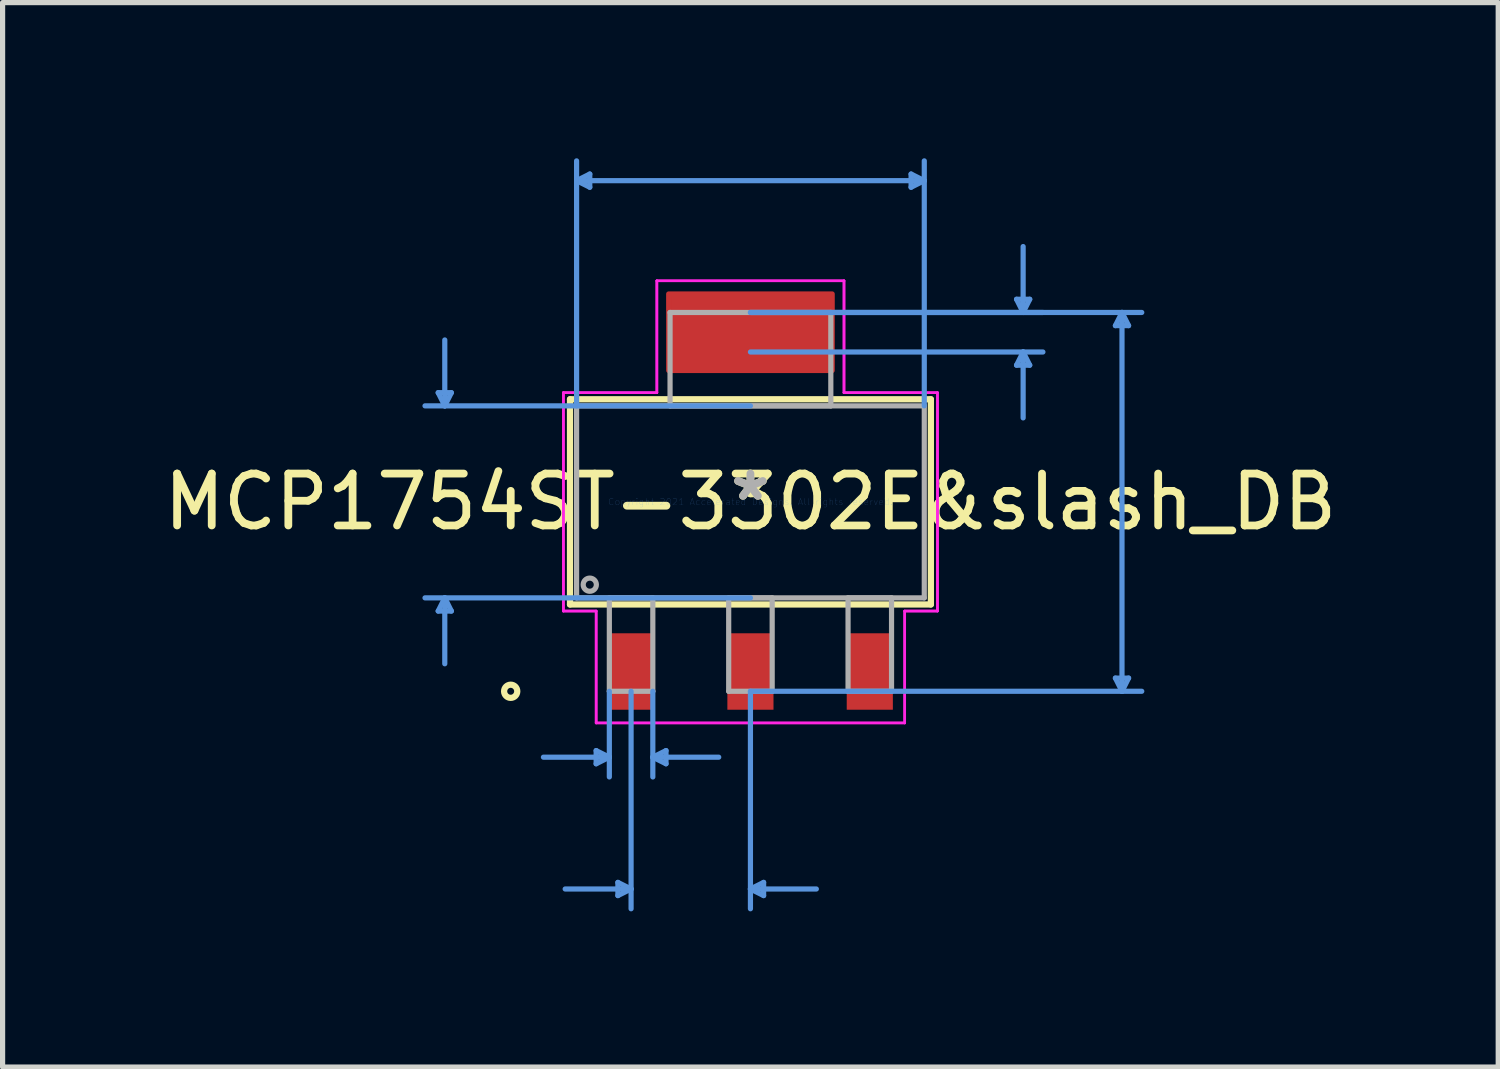
<source format=kicad_pcb>
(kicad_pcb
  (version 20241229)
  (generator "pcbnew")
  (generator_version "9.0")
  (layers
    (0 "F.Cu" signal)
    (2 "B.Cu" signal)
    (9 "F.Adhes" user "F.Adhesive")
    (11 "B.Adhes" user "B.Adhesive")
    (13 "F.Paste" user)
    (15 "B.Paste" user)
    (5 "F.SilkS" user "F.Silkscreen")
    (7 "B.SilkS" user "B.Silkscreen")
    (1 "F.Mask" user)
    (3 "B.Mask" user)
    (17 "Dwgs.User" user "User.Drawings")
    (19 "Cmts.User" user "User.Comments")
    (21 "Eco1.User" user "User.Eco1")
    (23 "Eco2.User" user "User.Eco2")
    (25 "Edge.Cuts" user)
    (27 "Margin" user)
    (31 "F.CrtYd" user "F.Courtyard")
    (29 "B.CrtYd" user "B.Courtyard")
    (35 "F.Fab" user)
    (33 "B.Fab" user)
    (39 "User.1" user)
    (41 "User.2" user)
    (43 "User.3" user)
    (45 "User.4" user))
  (footprint "MCP1754ST-3302E&slash_DB"
    (layer "F.Cu")
    (at 11.411 6.621)
    (property "Reference" "MCP1754ST-3302E&slash_DB" (at 0 0 0) (layer "F.SilkS") (effects (font (size 1 1) (thickness 0.15))))
    (attr through_hole)
    (fp_poly (pts (xy 1.575 -4.006) (xy -1.575 -4.006) (xy -1.575 -2.532) (xy 1.575 -2.532)) (stroke (width 0.1) (type solid)) (fill yes) (layer "F.Cu"))
    (fp_poly (pts (xy 1.6 -4.361) (xy -1.6 -4.361) (xy -1.6 -2.177) (xy 1.6 -2.177)) (stroke (width 0.1) (type solid)) (fill yes) (layer "F.Mask"))
    (fp_line (start -3.477 -1.977) (end -3.477 1.977) (stroke (width 0.12) (type solid)) (layer "F.SilkS"))
    (fp_line (start -3.477 1.977) (end 3.477 1.977) (stroke (width 0.12) (type solid)) (layer "F.SilkS"))
    (fp_line (start 3.477 -1.977) (end -3.477 -1.977) (stroke (width 0.12) (type solid)) (layer "F.SilkS"))
    (fp_line (start 3.477 1.977) (end 3.477 -1.977) (stroke (width 0.12) (type solid)) (layer "F.SilkS"))
    (fp_circle (center -4.62 3.65) (end -4.493 3.65) (stroke (width 0.12) (type solid)) (fill no) (layer "F.SilkS"))
    (fp_poly (pts (xy 1.575 -4.006) (xy -1.575 -4.006) (xy -1.575 -2.532) (xy 1.575 -2.532)) (stroke (width 0.1) (type solid)) (fill yes) (layer "F.Paste"))
    (fp_line (start -6.017 -2.104) (end -5.763 -2.104) (stroke (width 0.1) (type solid)) (layer "Cmts.User"))
    (fp_line (start -6.017 2.104) (end -5.763 2.104) (stroke (width 0.1) (type solid)) (layer "Cmts.User"))
    (fp_line (start -5.89 -1.85) (end -6.017 -2.104) (stroke (width 0.1) (type solid)) (layer "Cmts.User"))
    (fp_line (start -5.89 -1.85) (end -5.89 -3.12) (stroke (width 0.1) (type solid)) (layer "Cmts.User"))
    (fp_line (start -5.89 -1.85) (end -5.763 -2.104) (stroke (width 0.1) (type solid)) (layer "Cmts.User"))
    (fp_line (start -5.89 1.85) (end -6.017 2.104) (stroke (width 0.1) (type solid)) (layer "Cmts.User"))
    (fp_line (start -5.89 1.85) (end -5.89 3.12) (stroke (width 0.1) (type solid)) (layer "Cmts.User"))
    (fp_line (start -5.89 1.85) (end -5.763 2.104) (stroke (width 0.1) (type solid)) (layer "Cmts.User"))
    (fp_line (start -3.35 -6.19) (end -3.096 -6.317) (stroke (width 0.1) (type solid)) (layer "Cmts.User"))
    (fp_line (start -3.35 -6.19) (end -3.096 -6.063) (stroke (width 0.1) (type solid)) (layer "Cmts.User"))
    (fp_line (start -3.35 -6.19) (end 3.35 -6.19) (stroke (width 0.1) (type solid)) (layer "Cmts.User"))
    (fp_line (start -3.35 -1.85) (end -3.35 -6.571) (stroke (width 0.1) (type solid)) (layer "Cmts.User"))
    (fp_line (start -3.096 -6.317) (end -3.096 -6.063) (stroke (width 0.1) (type solid)) (layer "Cmts.User"))
    (fp_line (start -2.973 4.793) (end -2.973 5.047) (stroke (width 0.1) (type solid)) (layer "Cmts.User"))
    (fp_line (start -2.719 3.65) (end -2.719 5.301) (stroke (width 0.1) (type solid)) (layer "Cmts.User"))
    (fp_line (start -2.719 4.92) (end -3.989 4.92) (stroke (width 0.1) (type solid)) (layer "Cmts.User"))
    (fp_line (start -2.719 4.92) (end -2.973 4.793) (stroke (width 0.1) (type solid)) (layer "Cmts.User"))
    (fp_line (start -2.719 4.92) (end -2.973 5.047) (stroke (width 0.1) (type solid)) (layer "Cmts.User"))
    (fp_line (start -2.554 7.333) (end -2.554 7.587) (stroke (width 0.1) (type solid)) (layer "Cmts.User"))
    (fp_line (start -2.3 3.65) (end -2.3 7.841) (stroke (width 0.1) (type solid)) (layer "Cmts.User"))
    (fp_line (start -2.3 7.46) (end -3.57 7.46) (stroke (width 0.1) (type solid)) (layer "Cmts.User"))
    (fp_line (start -2.3 7.46) (end -2.554 7.333) (stroke (width 0.1) (type solid)) (layer "Cmts.User"))
    (fp_line (start -2.3 7.46) (end -2.554 7.587) (stroke (width 0.1) (type solid)) (layer "Cmts.User"))
    (fp_line (start -1.881 3.65) (end -1.881 5.301) (stroke (width 0.1) (type solid)) (layer "Cmts.User"))
    (fp_line (start -1.881 4.92) (end -1.627 4.793) (stroke (width 0.1) (type solid)) (layer "Cmts.User"))
    (fp_line (start -1.881 4.92) (end -1.627 5.047) (stroke (width 0.1) (type solid)) (layer "Cmts.User"))
    (fp_line (start -1.881 4.92) (end -0.611 4.92) (stroke (width 0.1) (type solid)) (layer "Cmts.User"))
    (fp_line (start -1.627 4.793) (end -1.627 5.047) (stroke (width 0.1) (type solid)) (layer "Cmts.User"))
    (fp_line (start 0 -3.65) (end 5.636 -3.65) (stroke (width 0.1) (type solid)) (layer "Cmts.User"))
    (fp_line (start 0 -3.65) (end 7.541 -3.65) (stroke (width 0.1) (type solid)) (layer "Cmts.User"))
    (fp_line (start 0 -2.888) (end 5.636 -2.888) (stroke (width 0.1) (type solid)) (layer "Cmts.User"))
    (fp_line (start 0 -1.85) (end -6.271 -1.85) (stroke (width 0.1) (type solid)) (layer "Cmts.User"))
    (fp_line (start 0 1.85) (end -6.271 1.85) (stroke (width 0.1) (type solid)) (layer "Cmts.User"))
    (fp_line (start 0 3.65) (end 0 7.841) (stroke (width 0.1) (type solid)) (layer "Cmts.User"))
    (fp_line (start 0 3.65) (end 7.541 3.65) (stroke (width 0.1) (type solid)) (layer "Cmts.User"))
    (fp_line (start 0 7.46) (end 0.254 7.333) (stroke (width 0.1) (type solid)) (layer "Cmts.User"))
    (fp_line (start 0 7.46) (end 0.254 7.587) (stroke (width 0.1) (type solid)) (layer "Cmts.User"))
    (fp_line (start 0 7.46) (end 1.27 7.46) (stroke (width 0.1) (type solid)) (layer "Cmts.User"))
    (fp_line (start 0.254 7.333) (end 0.254 7.587) (stroke (width 0.1) (type solid)) (layer "Cmts.User"))
    (fp_line (start 3.096 -6.317) (end 3.096 -6.063) (stroke (width 0.1) (type solid)) (layer "Cmts.User"))
    (fp_line (start 3.35 -6.19) (end 3.096 -6.317) (stroke (width 0.1) (type solid)) (layer "Cmts.User"))
    (fp_line (start 3.35 -6.19) (end 3.096 -6.063) (stroke (width 0.1) (type solid)) (layer "Cmts.User"))
    (fp_line (start 3.35 -1.85) (end 3.35 -6.571) (stroke (width 0.1) (type solid)) (layer "Cmts.User"))
    (fp_line (start 5.128 -3.904) (end 5.382 -3.904) (stroke (width 0.1) (type solid)) (layer "Cmts.User"))
    (fp_line (start 5.128 -2.634) (end 5.382 -2.634) (stroke (width 0.1) (type solid)) (layer "Cmts.User"))
    (fp_line (start 5.255 -3.65) (end 5.128 -3.904) (stroke (width 0.1) (type solid)) (layer "Cmts.User"))
    (fp_line (start 5.255 -3.65) (end 5.255 -4.92) (stroke (width 0.1) (type solid)) (layer "Cmts.User"))
    (fp_line (start 5.255 -3.65) (end 5.382 -3.904) (stroke (width 0.1) (type solid)) (layer "Cmts.User"))
    (fp_line (start 5.255 -2.888) (end 5.128 -2.634) (stroke (width 0.1) (type solid)) (layer "Cmts.User"))
    (fp_line (start 5.255 -2.888) (end 5.255 -1.618) (stroke (width 0.1) (type solid)) (layer "Cmts.User"))
    (fp_line (start 5.255 -2.888) (end 5.382 -2.634) (stroke (width 0.1) (type solid)) (layer "Cmts.User"))
    (fp_line (start 7.033 -3.396) (end 7.287 -3.396) (stroke (width 0.1) (type solid)) (layer "Cmts.User"))
    (fp_line (start 7.033 3.396) (end 7.287 3.396) (stroke (width 0.1) (type solid)) (layer "Cmts.User"))
    (fp_line (start 7.16 -3.65) (end 7.033 -3.396) (stroke (width 0.1) (type solid)) (layer "Cmts.User"))
    (fp_line (start 7.16 -3.65) (end 7.16 3.65) (stroke (width 0.1) (type solid)) (layer "Cmts.User"))
    (fp_line (start 7.16 -3.65) (end 7.287 -3.396) (stroke (width 0.1) (type solid)) (layer "Cmts.User"))
    (fp_line (start 7.16 3.65) (end 7.033 3.396) (stroke (width 0.1) (type solid)) (layer "Cmts.User"))
    (fp_line (start 7.16 3.65) (end 7.287 3.396) (stroke (width 0.1) (type solid)) (layer "Cmts.User"))
    (fp_line (start -3.604 -2.104) (end -1.803 -2.104) (stroke (width 0.05) (type solid)) (layer "F.CrtYd"))
    (fp_line (start -3.604 -2.104) (end -1.803 -2.104) (stroke (width 0.05) (type solid)) (layer "F.CrtYd"))
    (fp_line (start -3.604 2.104) (end -3.604 -2.104) (stroke (width 0.05) (type solid)) (layer "F.CrtYd"))
    (fp_line (start -3.604 2.104) (end -3.604 -2.104) (stroke (width 0.05) (type solid)) (layer "F.CrtYd"))
    (fp_line (start -2.973 2.104) (end -3.604 2.104) (stroke (width 0.05) (type solid)) (layer "F.CrtYd"))
    (fp_line (start -2.973 2.104) (end -3.604 2.104) (stroke (width 0.05) (type solid)) (layer "F.CrtYd"))
    (fp_line (start -2.973 4.26) (end -2.973 2.104) (stroke (width 0.05) (type solid)) (layer "F.CrtYd"))
    (fp_line (start -2.973 4.26) (end -2.973 2.104) (stroke (width 0.05) (type solid)) (layer "F.CrtYd"))
    (fp_line (start -1.803 -4.26) (end 1.803 -4.26) (stroke (width 0.05) (type solid)) (layer "F.CrtYd"))
    (fp_line (start -1.803 -4.26) (end 1.803 -4.26) (stroke (width 0.05) (type solid)) (layer "F.CrtYd"))
    (fp_line (start -1.803 -2.104) (end -1.803 -4.26) (stroke (width 0.05) (type solid)) (layer "F.CrtYd"))
    (fp_line (start -1.803 -2.104) (end -1.803 -4.26) (stroke (width 0.05) (type solid)) (layer "F.CrtYd"))
    (fp_line (start 1.803 -4.26) (end 1.803 -2.104) (stroke (width 0.05) (type solid)) (layer "F.CrtYd"))
    (fp_line (start 1.803 -4.26) (end 1.803 -2.104) (stroke (width 0.05) (type solid)) (layer "F.CrtYd"))
    (fp_line (start 1.803 -2.104) (end 3.604 -2.104) (stroke (width 0.05) (type solid)) (layer "F.CrtYd"))
    (fp_line (start 1.803 -2.104) (end 3.604 -2.104) (stroke (width 0.05) (type solid)) (layer "F.CrtYd"))
    (fp_line (start 2.973 2.104) (end 2.973 4.26) (stroke (width 0.05) (type solid)) (layer "F.CrtYd"))
    (fp_line (start 2.973 2.104) (end 2.973 4.26) (stroke (width 0.05) (type solid)) (layer "F.CrtYd"))
    (fp_line (start 2.973 4.26) (end -2.973 4.26) (stroke (width 0.05) (type solid)) (layer "F.CrtYd"))
    (fp_line (start 2.973 4.26) (end -2.973 4.26) (stroke (width 0.05) (type solid)) (layer "F.CrtYd"))
    (fp_line (start 3.604 -2.104) (end 3.604 2.104) (stroke (width 0.05) (type solid)) (layer "F.CrtYd"))
    (fp_line (start 3.604 -2.104) (end 3.604 2.104) (stroke (width 0.05) (type solid)) (layer "F.CrtYd"))
    (fp_line (start 3.604 2.104) (end 2.973 2.104) (stroke (width 0.05) (type solid)) (layer "F.CrtYd"))
    (fp_line (start 3.604 2.104) (end 2.973 2.104) (stroke (width 0.05) (type solid)) (layer "F.CrtYd"))
    (fp_line (start -3.35 -1.85) (end -3.35 1.85) (stroke (width 0.1) (type solid)) (layer "F.Fab"))
    (fp_line (start -3.35 1.85) (end 3.35 1.85) (stroke (width 0.1) (type solid)) (layer "F.Fab"))
    (fp_line (start -2.719 1.85) (end -2.719 3.65) (stroke (width 0.1) (type solid)) (layer "F.Fab"))
    (fp_line (start -2.719 3.65) (end -1.881 3.65) (stroke (width 0.1) (type solid)) (layer "F.Fab"))
    (fp_line (start -1.881 1.85) (end -2.719 1.85) (stroke (width 0.1) (type solid)) (layer "F.Fab"))
    (fp_line (start -1.881 3.65) (end -1.881 1.85) (stroke (width 0.1) (type solid)) (layer "F.Fab"))
    (fp_line (start -1.549 -3.65) (end -1.549 -1.85) (stroke (width 0.1) (type solid)) (layer "F.Fab"))
    (fp_line (start -1.549 -1.85) (end 1.549 -1.85) (stroke (width 0.1) (type solid)) (layer "F.Fab"))
    (fp_line (start -0.419 1.85) (end -0.419 3.65) (stroke (width 0.1) (type solid)) (layer "F.Fab"))
    (fp_line (start -0.419 3.65) (end 0.419 3.65) (stroke (width 0.1) (type solid)) (layer "F.Fab"))
    (fp_line (start 0.419 1.85) (end -0.419 1.85) (stroke (width 0.1) (type solid)) (layer "F.Fab"))
    (fp_line (start 0.419 3.65) (end 0.419 1.85) (stroke (width 0.1) (type solid)) (layer "F.Fab"))
    (fp_line (start 1.549 -3.65) (end -1.549 -3.65) (stroke (width 0.1) (type solid)) (layer "F.Fab"))
    (fp_line (start 1.549 -1.85) (end 1.549 -3.65) (stroke (width 0.1) (type solid)) (layer "F.Fab"))
    (fp_line (start 1.881 1.85) (end 1.881 3.65) (stroke (width 0.1) (type solid)) (layer "F.Fab"))
    (fp_line (start 1.881 3.65) (end 2.719 3.65) (stroke (width 0.1) (type solid)) (layer "F.Fab"))
    (fp_line (start 2.719 1.85) (end 1.881 1.85) (stroke (width 0.1) (type solid)) (layer "F.Fab"))
    (fp_line (start 2.719 3.65) (end 2.719 1.85) (stroke (width 0.1) (type solid)) (layer "F.Fab"))
    (fp_line (start 3.35 -1.85) (end -3.35 -1.85) (stroke (width 0.1) (type solid)) (layer "F.Fab"))
    (fp_line (start 3.35 1.85) (end 3.35 -1.85) (stroke (width 0.1) (type solid)) (layer "F.Fab"))
    (fp_circle (center -3.096 1.596) (end -2.969 1.596) (stroke (width 0.1) (type solid)) (fill no) (layer "F.Fab"))
    (fp_text user "*" (at 0 0 0) (layer "F.SilkS") (effects (font (size 1 1) (thickness 0.15))))
    (fp_text user "Copyright 2021 Accelerated Designs. All rights reserved." (at 0 0 0) (layer "Cmts.User") (effects (font (size 0.127 0.127) (thickness 0.002))))
    (fp_text user "*" (at 0 0 0) (layer "F.Fab") (effects (font (size 1 1) (thickness 0.15))))
    (pad "1" smd rect (at -2.3 3.269) (size 0.889 1.473) (layers "F.Cu" "F.Mask" "F.Paste"))
    (pad "2" smd rect (at 0 3.269) (size 0.889 1.473) (layers "F.Cu" "F.Mask" "F.Paste"))
    (pad "3" smd rect (at 2.3 3.269) (size 0.889 1.473) (layers "F.Cu" "F.Mask" "F.Paste")))
  (gr_rect
    (start -3 -3)
    (end 25.821 17.512)
    (stroke (width 0.1) (type default))
    (fill no)
    (layer "Edge.Cuts")))
</source>
